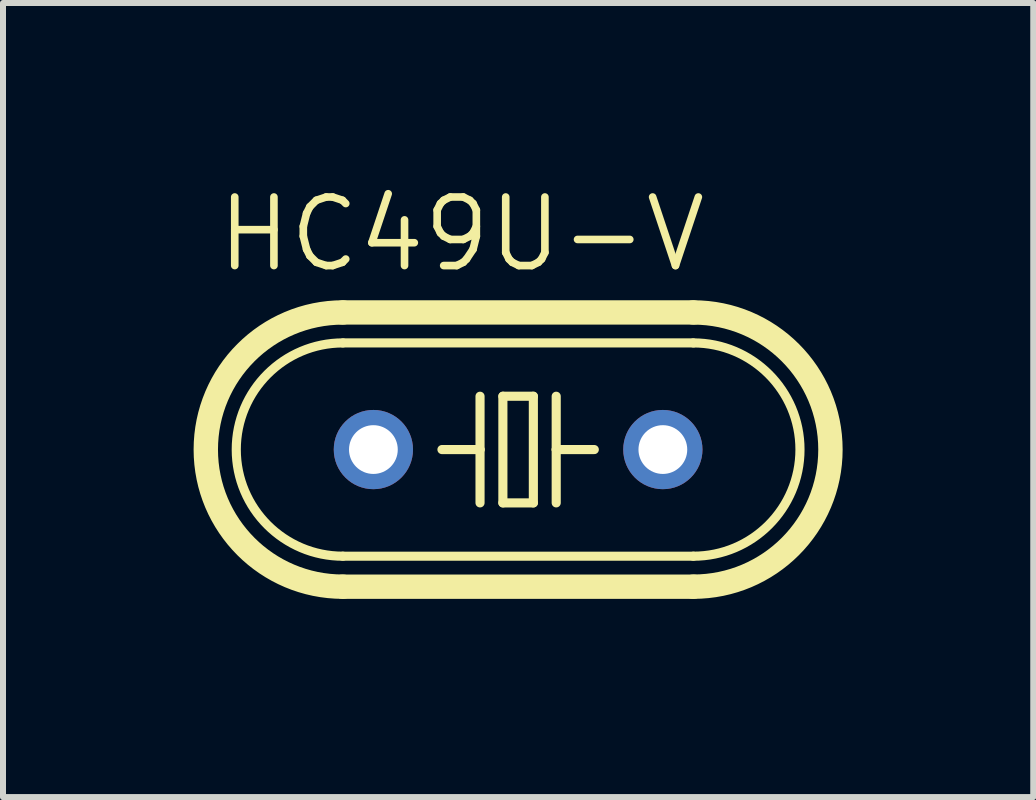
<source format=kicad_pcb>
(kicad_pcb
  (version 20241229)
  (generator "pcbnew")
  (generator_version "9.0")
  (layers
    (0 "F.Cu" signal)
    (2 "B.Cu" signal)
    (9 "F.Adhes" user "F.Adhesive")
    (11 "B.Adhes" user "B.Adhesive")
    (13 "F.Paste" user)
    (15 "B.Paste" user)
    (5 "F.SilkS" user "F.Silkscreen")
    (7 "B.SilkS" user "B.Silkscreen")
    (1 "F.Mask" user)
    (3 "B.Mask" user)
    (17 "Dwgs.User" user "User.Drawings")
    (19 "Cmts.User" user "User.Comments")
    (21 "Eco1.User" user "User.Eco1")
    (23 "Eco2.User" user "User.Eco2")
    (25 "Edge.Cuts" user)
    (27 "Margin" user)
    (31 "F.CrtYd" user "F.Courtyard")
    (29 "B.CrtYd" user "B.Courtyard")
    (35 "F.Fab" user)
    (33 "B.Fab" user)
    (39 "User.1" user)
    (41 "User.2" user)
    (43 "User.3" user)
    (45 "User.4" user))
  (footprint "HC49U-V"
    (layer "F.Cu")
    (at 5.588 4.445)
    (property "Reference" "HC49U-V" (at -5.08 -2.921 0) (unlocked yes) (layer "F.SilkS") (effects (font (size 1.143 1.143) (thickness 0.127)) (justify left bottom)))
    (fp_line (start -2.921 -2.286) (end 2.921 -2.286) (stroke (width 0.406) (type solid)) (layer "F.SilkS"))
    (fp_line (start -2.921 1.778) (end 2.921 1.778) (stroke (width 0.152) (type solid)) (layer "F.SilkS"))
    (fp_line (start -2.921 2.286) (end 2.921 2.286) (stroke (width 0.406) (type solid)) (layer "F.SilkS"))
    (fp_line (start -0.635 -0.889) (end -0.635 0) (stroke (width 0.152) (type solid)) (layer "F.SilkS"))
    (fp_line (start -0.635 0) (end -1.27 0) (stroke (width 0.152) (type solid)) (layer "F.SilkS"))
    (fp_line (start -0.635 0) (end -0.635 0.889) (stroke (width 0.152) (type solid)) (layer "F.SilkS"))
    (fp_line (start -0.254 -0.889) (end 0.254 -0.889) (stroke (width 0.152) (type solid)) (layer "F.SilkS"))
    (fp_line (start -0.254 0.889) (end -0.254 -0.889) (stroke (width 0.152) (type solid)) (layer "F.SilkS"))
    (fp_line (start 0.254 -0.889) (end 0.254 0.889) (stroke (width 0.152) (type solid)) (layer "F.SilkS"))
    (fp_line (start 0.254 0.889) (end -0.254 0.889) (stroke (width 0.152) (type solid)) (layer "F.SilkS"))
    (fp_line (start 0.635 -0.889) (end 0.635 0) (stroke (width 0.152) (type solid)) (layer "F.SilkS"))
    (fp_line (start 0.635 0) (end 0.635 0.889) (stroke (width 0.152) (type solid)) (layer "F.SilkS"))
    (fp_line (start 0.635 0) (end 1.27 0) (stroke (width 0.152) (type solid)) (layer "F.SilkS"))
    (fp_line (start 2.921 -1.778) (end -2.921 -1.778) (stroke (width 0.152) (type solid)) (layer "F.SilkS"))
    (fp_arc (start -2.921 1.778) (mid -4.699 0) (end -2.921 -1.778) (stroke (width 0.1524) (type solid)) (layer "F.SilkS"))
    (fp_arc (start -2.921 2.286) (mid -5.207 0) (end -2.921 -2.286) (stroke (width 0.4064) (type solid)) (layer "F.SilkS"))
    (fp_arc (start 2.921 -2.286) (mid 5.207 0) (end 2.921 2.286) (stroke (width 0.4064) (type solid)) (layer "F.SilkS"))
    (fp_arc (start 2.921 -1.778) (mid 4.699 0) (end 2.921 1.778) (stroke (width 0.1524) (type solid)) (layer "F.SilkS"))
    (pad "1" thru_hole circle (at -2.413 0) (size 1.321 1.321) (drill 0.813) (layers "*.Cu" "*.Mask"))
    (pad "2" thru_hole circle (at 2.413 0) (size 1.321 1.321) (drill 0.813) (layers "*.Cu" "*.Mask"))
    (zone (net_name "") (layers "F.Cu" "B.Cu") (hatch edge 0.5) (connect_pads) (min_thickness 0.25) (filled_areas_thickness no) (keepout (tracks allowed) (vias not_allowed) (pads allowed) (copperpour allowed) (footprints allowed)) (placement (enabled no)) (fill) (polygon (pts (xy 0 5.715) (xy 0.254 5.715) (xy 0.254 3.429) (xy 0 3.429))))
    (zone (net_name "") (layers "F.Cu" "B.Cu") (hatch edge 0.5) (connect_pads) (min_thickness 0.25) (filled_areas_thickness no) (keepout (tracks allowed) (vias not_allowed) (pads allowed) (copperpour allowed) (footprints allowed)) (placement (enabled no)) (fill) (polygon (pts (xy 0.254 6.223) (xy 0.762 6.223) (xy 0.762 2.667) (xy 0.254 2.667))))
    (zone (net_name "") (layers "F.Cu" "B.Cu") (hatch edge 0.5) (connect_pads) (min_thickness 0.25) (filled_areas_thickness no) (keepout (tracks allowed) (vias not_allowed) (pads allowed) (copperpour allowed) (footprints allowed)) (placement (enabled no)) (fill) (polygon (pts (xy 0.762 6.731) (xy 1.27 6.731) (xy 1.27 2.159) (xy 0.762 2.159))))
    (zone (net_name "") (layers "F.Cu" "B.Cu") (hatch edge 0.5) (connect_pads) (min_thickness 0.25) (filled_areas_thickness no) (keepout (tracks allowed) (vias not_allowed) (pads allowed) (copperpour allowed) (footprints allowed)) (placement (enabled no)) (fill) (polygon (pts (xy 1.27 6.985) (xy 1.778 6.985) (xy 1.778 1.905) (xy 1.27 1.905))))
    (zone (net_name "") (layers "F.Cu" "B.Cu") (hatch edge 0.5) (connect_pads) (min_thickness 0.25) (filled_areas_thickness no) (keepout (tracks allowed) (vias not_allowed) (pads allowed) (copperpour allowed) (footprints allowed)) (placement (enabled no)) (fill) (polygon (pts (xy 1.778 7.239) (xy 9.398 7.239) (xy 9.398 1.651) (xy 1.778 1.651))))
    (zone (net_name "") (layers "F.Cu" "B.Cu") (hatch edge 0.5) (connect_pads) (min_thickness 0.25) (filled_areas_thickness no) (keepout (tracks allowed) (vias not_allowed) (pads allowed) (copperpour allowed) (footprints allowed)) (placement (enabled no)) (fill) (polygon (pts (xy 9.398 6.985) (xy 9.906 6.985) (xy 9.906 1.905) (xy 9.398 1.905))))
    (zone (net_name "") (layers "F.Cu" "B.Cu") (hatch edge 0.5) (connect_pads) (min_thickness 0.25) (filled_areas_thickness no) (keepout (tracks allowed) (vias not_allowed) (pads allowed) (copperpour allowed) (footprints allowed)) (placement (enabled no)) (fill) (polygon (pts (xy 9.906 6.731) (xy 10.414 6.731) (xy 10.414 2.159) (xy 9.906 2.159))))
    (zone (net_name "") (layers "F.Cu" "B.Cu") (hatch edge 0.5) (connect_pads) (min_thickness 0.25) (filled_areas_thickness no) (keepout (tracks allowed) (vias not_allowed) (pads allowed) (copperpour allowed) (footprints allowed)) (placement (enabled no)) (fill) (polygon (pts (xy 10.414 6.223) (xy 10.922 6.223) (xy 10.922 2.667) (xy 10.414 2.667))))
    (zone (net_name "") (layers "F.Cu" "B.Cu") (hatch edge 0.5) (connect_pads) (min_thickness 0.25) (filled_areas_thickness no) (keepout (tracks allowed) (vias not_allowed) (pads allowed) (copperpour allowed) (footprints allowed)) (placement (enabled no)) (fill) (polygon (pts (xy 10.922 5.461) (xy 11.176 5.461) (xy 11.176 3.429) (xy 10.922 3.429)))))
  (gr_rect
    (start -3 -3)
    (end 14.176 10.239)
    (stroke (width 0.1) (type default))
    (fill no)
    (layer "Edge.Cuts")))
</source>
